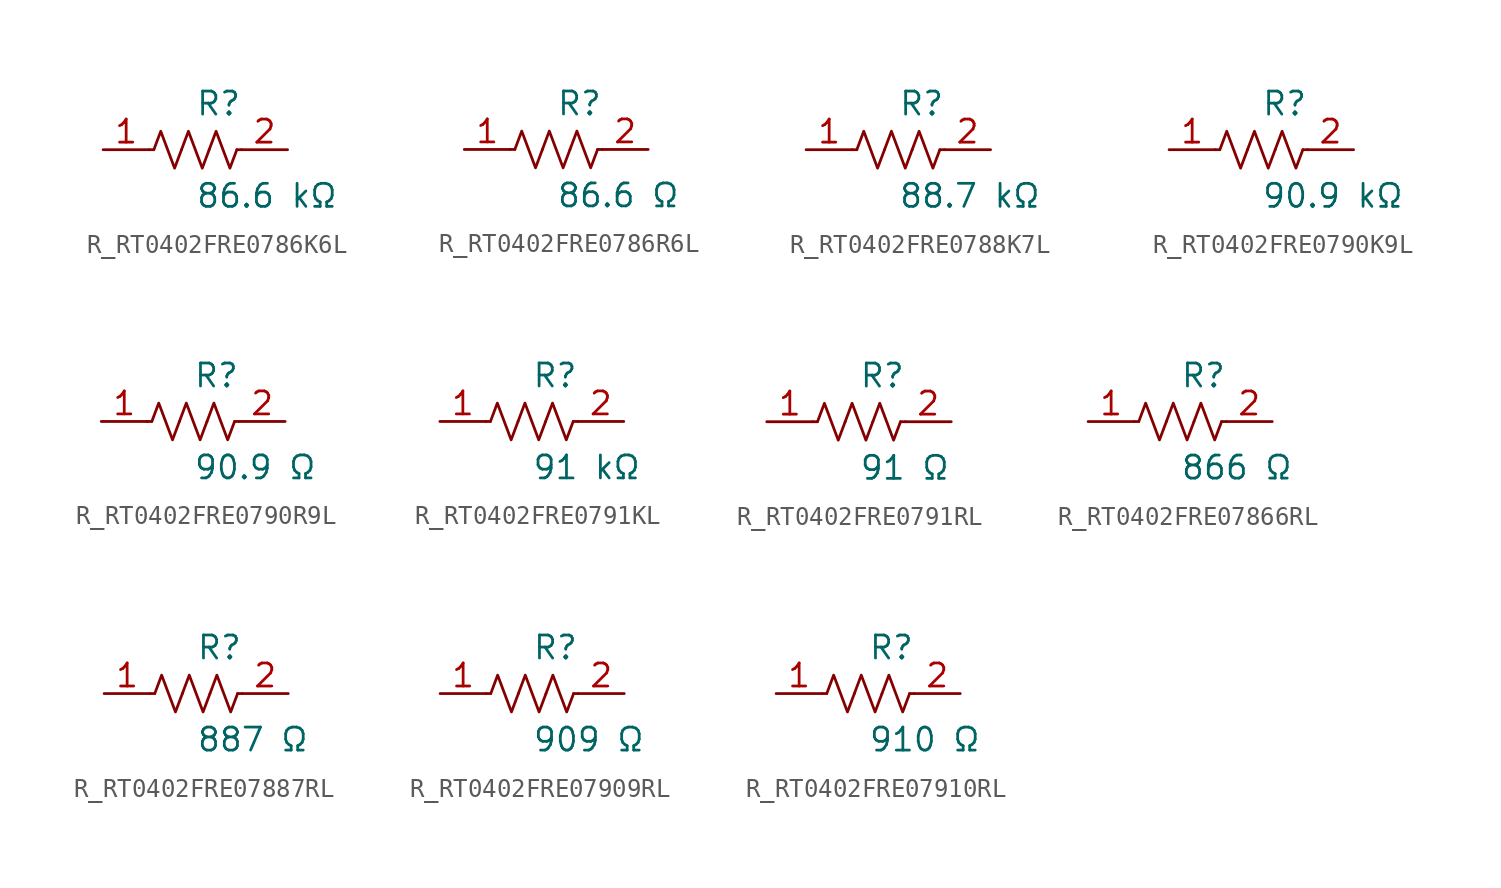
<source format=kicad_sym>
(kicad_symbol_lib
  (version 20231120)
  (generator kicad_symbol_editor)
  (generator_version 8.0)
  (symbol "R_RT0402FRE0786K6L"
    (pin_names
      (offset 0.254))
    (property "Reference" "R"
      (at 0.0 2.54 0)
      (effects (font (size 1.27 1.27)) (justify left)))
    (property "Value" "86.6 kΩ"
      (at 0.0 -2.54 0)
      (effects (font (size 1.27 1.27)) (justify left)))
    (symbol "R_RT0402FRE0786K6L_0_1"
      (polyline (pts (xy 2.286 0) (xy 2.54 0)) (stroke (width 0) (type default)) (fill (type none)))
      (polyline (pts (xy -2.286 0) (xy -2.54 0)) (stroke (width 0) (type default)) (fill (type none)))
      (polyline (pts (xy 0.762 0) (xy 1.143 1.016) (xy 1.524 0) (xy 1.905 -1.016) (xy 2.286 0)) (stroke (width 0) (type default)) (fill (type none)))
      (polyline (pts (xy -0.762 0) (xy -0.381 1.016) (xy 0 0) (xy 0.381 -1.016) (xy 0.762 0)) (stroke (width 0) (type default)) (fill (type none)))
      (polyline (pts (xy -2.286 0) (xy -1.905 1.016) (xy -1.524 0) (xy -1.143 -1.016) (xy -0.762 0)) (stroke (width 0) (type default)) (fill (type none))))
    (pin unspecified line
      (at -5.08 0 0)
      (length 2.54)
      (name "" (effects (font (size 1.27 1.27))))
      (number "1" (effects (font (size 1.27 1.27)))))
    (pin unspecified line
      (at 5.08 0 180)
      (length 2.54)
      (name "" (effects (font (size 1.27 1.27))))
      (number "2" (effects (font (size 1.27 1.27))))))
  (symbol "R_RT0402FRE0786R6L"
    (pin_names
      (offset 0.254))
    (property "Reference" "R"
      (at 0.0 2.54 0)
      (effects (font (size 1.27 1.27)) (justify left)))
    (property "Value" "86.6 Ω"
      (at 0.0 -2.54 0)
      (effects (font (size 1.27 1.27)) (justify left)))
    (symbol "R_RT0402FRE0786R6L_0_1"
      (polyline (pts (xy 2.286 0) (xy 2.54 0)) (stroke (width 0) (type default)) (fill (type none)))
      (polyline (pts (xy -2.286 0) (xy -2.54 0)) (stroke (width 0) (type default)) (fill (type none)))
      (polyline (pts (xy 0.762 0) (xy 1.143 1.016) (xy 1.524 0) (xy 1.905 -1.016) (xy 2.286 0)) (stroke (width 0) (type default)) (fill (type none)))
      (polyline (pts (xy -0.762 0) (xy -0.381 1.016) (xy 0 0) (xy 0.381 -1.016) (xy 0.762 0)) (stroke (width 0) (type default)) (fill (type none)))
      (polyline (pts (xy -2.286 0) (xy -1.905 1.016) (xy -1.524 0) (xy -1.143 -1.016) (xy -0.762 0)) (stroke (width 0) (type default)) (fill (type none))))
    (pin unspecified line
      (at -5.08 0 0)
      (length 2.54)
      (name "" (effects (font (size 1.27 1.27))))
      (number "1" (effects (font (size 1.27 1.27)))))
    (pin unspecified line
      (at 5.08 0 180)
      (length 2.54)
      (name "" (effects (font (size 1.27 1.27))))
      (number "2" (effects (font (size 1.27 1.27))))))
  (symbol "R_RT0402FRE0788K7L"
    (pin_names
      (offset 0.254))
    (property "Reference" "R"
      (at 0.0 2.54 0)
      (effects (font (size 1.27 1.27)) (justify left)))
    (property "Value" "88.7 kΩ"
      (at 0.0 -2.54 0)
      (effects (font (size 1.27 1.27)) (justify left)))
    (symbol "R_RT0402FRE0788K7L_0_1"
      (polyline (pts (xy 2.286 0) (xy 2.54 0)) (stroke (width 0) (type default)) (fill (type none)))
      (polyline (pts (xy -2.286 0) (xy -2.54 0)) (stroke (width 0) (type default)) (fill (type none)))
      (polyline (pts (xy 0.762 0) (xy 1.143 1.016) (xy 1.524 0) (xy 1.905 -1.016) (xy 2.286 0)) (stroke (width 0) (type default)) (fill (type none)))
      (polyline (pts (xy -0.762 0) (xy -0.381 1.016) (xy 0 0) (xy 0.381 -1.016) (xy 0.762 0)) (stroke (width 0) (type default)) (fill (type none)))
      (polyline (pts (xy -2.286 0) (xy -1.905 1.016) (xy -1.524 0) (xy -1.143 -1.016) (xy -0.762 0)) (stroke (width 0) (type default)) (fill (type none))))
    (pin unspecified line
      (at -5.08 0 0)
      (length 2.54)
      (name "" (effects (font (size 1.27 1.27))))
      (number "1" (effects (font (size 1.27 1.27)))))
    (pin unspecified line
      (at 5.08 0 180)
      (length 2.54)
      (name "" (effects (font (size 1.27 1.27))))
      (number "2" (effects (font (size 1.27 1.27))))))
  (symbol "R_RT0402FRE0790K9L"
    (pin_names
      (offset 0.254))
    (property "Reference" "R"
      (at 0.0 2.54 0)
      (effects (font (size 1.27 1.27)) (justify left)))
    (property "Value" "90.9 kΩ"
      (at 0.0 -2.54 0)
      (effects (font (size 1.27 1.27)) (justify left)))
    (symbol "R_RT0402FRE0790K9L_0_1"
      (polyline (pts (xy 2.286 0) (xy 2.54 0)) (stroke (width 0) (type default)) (fill (type none)))
      (polyline (pts (xy -2.286 0) (xy -2.54 0)) (stroke (width 0) (type default)) (fill (type none)))
      (polyline (pts (xy 0.762 0) (xy 1.143 1.016) (xy 1.524 0) (xy 1.905 -1.016) (xy 2.286 0)) (stroke (width 0) (type default)) (fill (type none)))
      (polyline (pts (xy -0.762 0) (xy -0.381 1.016) (xy 0 0) (xy 0.381 -1.016) (xy 0.762 0)) (stroke (width 0) (type default)) (fill (type none)))
      (polyline (pts (xy -2.286 0) (xy -1.905 1.016) (xy -1.524 0) (xy -1.143 -1.016) (xy -0.762 0)) (stroke (width 0) (type default)) (fill (type none))))
    (pin unspecified line
      (at -5.08 0 0)
      (length 2.54)
      (name "" (effects (font (size 1.27 1.27))))
      (number "1" (effects (font (size 1.27 1.27)))))
    (pin unspecified line
      (at 5.08 0 180)
      (length 2.54)
      (name "" (effects (font (size 1.27 1.27))))
      (number "2" (effects (font (size 1.27 1.27))))))
  (symbol "R_RT0402FRE0790R9L"
    (pin_names
      (offset 0.254))
    (property "Reference" "R"
      (at 0.0 2.54 0)
      (effects (font (size 1.27 1.27)) (justify left)))
    (property "Value" "90.9 Ω"
      (at 0.0 -2.54 0)
      (effects (font (size 1.27 1.27)) (justify left)))
    (symbol "R_RT0402FRE0790R9L_0_1"
      (polyline (pts (xy 2.286 0) (xy 2.54 0)) (stroke (width 0) (type default)) (fill (type none)))
      (polyline (pts (xy -2.286 0) (xy -2.54 0)) (stroke (width 0) (type default)) (fill (type none)))
      (polyline (pts (xy 0.762 0) (xy 1.143 1.016) (xy 1.524 0) (xy 1.905 -1.016) (xy 2.286 0)) (stroke (width 0) (type default)) (fill (type none)))
      (polyline (pts (xy -0.762 0) (xy -0.381 1.016) (xy 0 0) (xy 0.381 -1.016) (xy 0.762 0)) (stroke (width 0) (type default)) (fill (type none)))
      (polyline (pts (xy -2.286 0) (xy -1.905 1.016) (xy -1.524 0) (xy -1.143 -1.016) (xy -0.762 0)) (stroke (width 0) (type default)) (fill (type none))))
    (pin unspecified line
      (at -5.08 0 0)
      (length 2.54)
      (name "" (effects (font (size 1.27 1.27))))
      (number "1" (effects (font (size 1.27 1.27)))))
    (pin unspecified line
      (at 5.08 0 180)
      (length 2.54)
      (name "" (effects (font (size 1.27 1.27))))
      (number "2" (effects (font (size 1.27 1.27))))))
  (symbol "R_RT0402FRE0791KL"
    (pin_names
      (offset 0.254))
    (property "Reference" "R"
      (at 0.0 2.54 0)
      (effects (font (size 1.27 1.27)) (justify left)))
    (property "Value" "91 kΩ"
      (at 0.0 -2.54 0)
      (effects (font (size 1.27 1.27)) (justify left)))
    (symbol "R_RT0402FRE0791KL_0_1"
      (polyline (pts (xy 2.286 0) (xy 2.54 0)) (stroke (width 0) (type default)) (fill (type none)))
      (polyline (pts (xy -2.286 0) (xy -2.54 0)) (stroke (width 0) (type default)) (fill (type none)))
      (polyline (pts (xy 0.762 0) (xy 1.143 1.016) (xy 1.524 0) (xy 1.905 -1.016) (xy 2.286 0)) (stroke (width 0) (type default)) (fill (type none)))
      (polyline (pts (xy -0.762 0) (xy -0.381 1.016) (xy 0 0) (xy 0.381 -1.016) (xy 0.762 0)) (stroke (width 0) (type default)) (fill (type none)))
      (polyline (pts (xy -2.286 0) (xy -1.905 1.016) (xy -1.524 0) (xy -1.143 -1.016) (xy -0.762 0)) (stroke (width 0) (type default)) (fill (type none))))
    (pin unspecified line
      (at -5.08 0 0)
      (length 2.54)
      (name "" (effects (font (size 1.27 1.27))))
      (number "1" (effects (font (size 1.27 1.27)))))
    (pin unspecified line
      (at 5.08 0 180)
      (length 2.54)
      (name "" (effects (font (size 1.27 1.27))))
      (number "2" (effects (font (size 1.27 1.27))))))
  (symbol "R_RT0402FRE0791RL"
    (pin_names
      (offset 0.254))
    (property "Reference" "R"
      (at 0.0 2.54 0)
      (effects (font (size 1.27 1.27)) (justify left)))
    (property "Value" "91 Ω"
      (at 0.0 -2.54 0)
      (effects (font (size 1.27 1.27)) (justify left)))
    (symbol "R_RT0402FRE0791RL_0_1"
      (polyline (pts (xy 2.286 0) (xy 2.54 0)) (stroke (width 0) (type default)) (fill (type none)))
      (polyline (pts (xy -2.286 0) (xy -2.54 0)) (stroke (width 0) (type default)) (fill (type none)))
      (polyline (pts (xy 0.762 0) (xy 1.143 1.016) (xy 1.524 0) (xy 1.905 -1.016) (xy 2.286 0)) (stroke (width 0) (type default)) (fill (type none)))
      (polyline (pts (xy -0.762 0) (xy -0.381 1.016) (xy 0 0) (xy 0.381 -1.016) (xy 0.762 0)) (stroke (width 0) (type default)) (fill (type none)))
      (polyline (pts (xy -2.286 0) (xy -1.905 1.016) (xy -1.524 0) (xy -1.143 -1.016) (xy -0.762 0)) (stroke (width 0) (type default)) (fill (type none))))
    (pin unspecified line
      (at -5.08 0 0)
      (length 2.54)
      (name "" (effects (font (size 1.27 1.27))))
      (number "1" (effects (font (size 1.27 1.27)))))
    (pin unspecified line
      (at 5.08 0 180)
      (length 2.54)
      (name "" (effects (font (size 1.27 1.27))))
      (number "2" (effects (font (size 1.27 1.27))))))
  (symbol "R_RT0402FRE07866RL"
    (pin_names
      (offset 0.254))
    (property "Reference" "R"
      (at 0.0 2.54 0)
      (effects (font (size 1.27 1.27)) (justify left)))
    (property "Value" "866 Ω"
      (at 0.0 -2.54 0)
      (effects (font (size 1.27 1.27)) (justify left)))
    (symbol "R_RT0402FRE07866RL_0_1"
      (polyline (pts (xy 2.286 0) (xy 2.54 0)) (stroke (width 0) (type default)) (fill (type none)))
      (polyline (pts (xy -2.286 0) (xy -2.54 0)) (stroke (width 0) (type default)) (fill (type none)))
      (polyline (pts (xy 0.762 0) (xy 1.143 1.016) (xy 1.524 0) (xy 1.905 -1.016) (xy 2.286 0)) (stroke (width 0) (type default)) (fill (type none)))
      (polyline (pts (xy -0.762 0) (xy -0.381 1.016) (xy 0 0) (xy 0.381 -1.016) (xy 0.762 0)) (stroke (width 0) (type default)) (fill (type none)))
      (polyline (pts (xy -2.286 0) (xy -1.905 1.016) (xy -1.524 0) (xy -1.143 -1.016) (xy -0.762 0)) (stroke (width 0) (type default)) (fill (type none))))
    (pin unspecified line
      (at -5.08 0 0)
      (length 2.54)
      (name "" (effects (font (size 1.27 1.27))))
      (number "1" (effects (font (size 1.27 1.27)))))
    (pin unspecified line
      (at 5.08 0 180)
      (length 2.54)
      (name "" (effects (font (size 1.27 1.27))))
      (number "2" (effects (font (size 1.27 1.27))))))
  (symbol "R_RT0402FRE07887RL"
    (pin_names
      (offset 0.254))
    (property "Reference" "R"
      (at 0.0 2.54 0)
      (effects (font (size 1.27 1.27)) (justify left)))
    (property "Value" "887 Ω"
      (at 0.0 -2.54 0)
      (effects (font (size 1.27 1.27)) (justify left)))
    (symbol "R_RT0402FRE07887RL_0_1"
      (polyline (pts (xy 2.286 0) (xy 2.54 0)) (stroke (width 0) (type default)) (fill (type none)))
      (polyline (pts (xy -2.286 0) (xy -2.54 0)) (stroke (width 0) (type default)) (fill (type none)))
      (polyline (pts (xy 0.762 0) (xy 1.143 1.016) (xy 1.524 0) (xy 1.905 -1.016) (xy 2.286 0)) (stroke (width 0) (type default)) (fill (type none)))
      (polyline (pts (xy -0.762 0) (xy -0.381 1.016) (xy 0 0) (xy 0.381 -1.016) (xy 0.762 0)) (stroke (width 0) (type default)) (fill (type none)))
      (polyline (pts (xy -2.286 0) (xy -1.905 1.016) (xy -1.524 0) (xy -1.143 -1.016) (xy -0.762 0)) (stroke (width 0) (type default)) (fill (type none))))
    (pin unspecified line
      (at -5.08 0 0)
      (length 2.54)
      (name "" (effects (font (size 1.27 1.27))))
      (number "1" (effects (font (size 1.27 1.27)))))
    (pin unspecified line
      (at 5.08 0 180)
      (length 2.54)
      (name "" (effects (font (size 1.27 1.27))))
      (number "2" (effects (font (size 1.27 1.27))))))
  (symbol "R_RT0402FRE07909RL"
    (pin_names
      (offset 0.254))
    (property "Reference" "R"
      (at 0.0 2.54 0)
      (effects (font (size 1.27 1.27)) (justify left)))
    (property "Value" "909 Ω"
      (at 0.0 -2.54 0)
      (effects (font (size 1.27 1.27)) (justify left)))
    (symbol "R_RT0402FRE07909RL_0_1"
      (polyline (pts (xy 2.286 0) (xy 2.54 0)) (stroke (width 0) (type default)) (fill (type none)))
      (polyline (pts (xy -2.286 0) (xy -2.54 0)) (stroke (width 0) (type default)) (fill (type none)))
      (polyline (pts (xy 0.762 0) (xy 1.143 1.016) (xy 1.524 0) (xy 1.905 -1.016) (xy 2.286 0)) (stroke (width 0) (type default)) (fill (type none)))
      (polyline (pts (xy -0.762 0) (xy -0.381 1.016) (xy 0 0) (xy 0.381 -1.016) (xy 0.762 0)) (stroke (width 0) (type default)) (fill (type none)))
      (polyline (pts (xy -2.286 0) (xy -1.905 1.016) (xy -1.524 0) (xy -1.143 -1.016) (xy -0.762 0)) (stroke (width 0) (type default)) (fill (type none))))
    (pin unspecified line
      (at -5.08 0 0)
      (length 2.54)
      (name "" (effects (font (size 1.27 1.27))))
      (number "1" (effects (font (size 1.27 1.27)))))
    (pin unspecified line
      (at 5.08 0 180)
      (length 2.54)
      (name "" (effects (font (size 1.27 1.27))))
      (number "2" (effects (font (size 1.27 1.27))))))
  (symbol "R_RT0402FRE07910RL"
    (pin_names
      (offset 0.254))
    (property "Reference" "R"
      (at 0.0 2.54 0)
      (effects (font (size 1.27 1.27)) (justify left)))
    (property "Value" "910 Ω"
      (at 0.0 -2.54 0)
      (effects (font (size 1.27 1.27)) (justify left)))
    (symbol "R_RT0402FRE07910RL_0_1"
      (polyline (pts (xy 2.286 0) (xy 2.54 0)) (stroke (width 0) (type default)) (fill (type none)))
      (polyline (pts (xy -2.286 0) (xy -2.54 0)) (stroke (width 0) (type default)) (fill (type none)))
      (polyline (pts (xy 0.762 0) (xy 1.143 1.016) (xy 1.524 0) (xy 1.905 -1.016) (xy 2.286 0)) (stroke (width 0) (type default)) (fill (type none)))
      (polyline (pts (xy -0.762 0) (xy -0.381 1.016) (xy 0 0) (xy 0.381 -1.016) (xy 0.762 0)) (stroke (width 0) (type default)) (fill (type none)))
      (polyline (pts (xy -2.286 0) (xy -1.905 1.016) (xy -1.524 0) (xy -1.143 -1.016) (xy -0.762 0)) (stroke (width 0) (type default)) (fill (type none))))
    (pin unspecified line
      (at -5.08 0 0)
      (length 2.54)
      (name "" (effects (font (size 1.27 1.27))))
      (number "1" (effects (font (size 1.27 1.27)))))
    (pin unspecified line
      (at 5.08 0 180)
      (length 2.54)
      (name "" (effects (font (size 1.27 1.27))))
      (number "2" (effects (font (size 1.27 1.27)))))))
</source>
